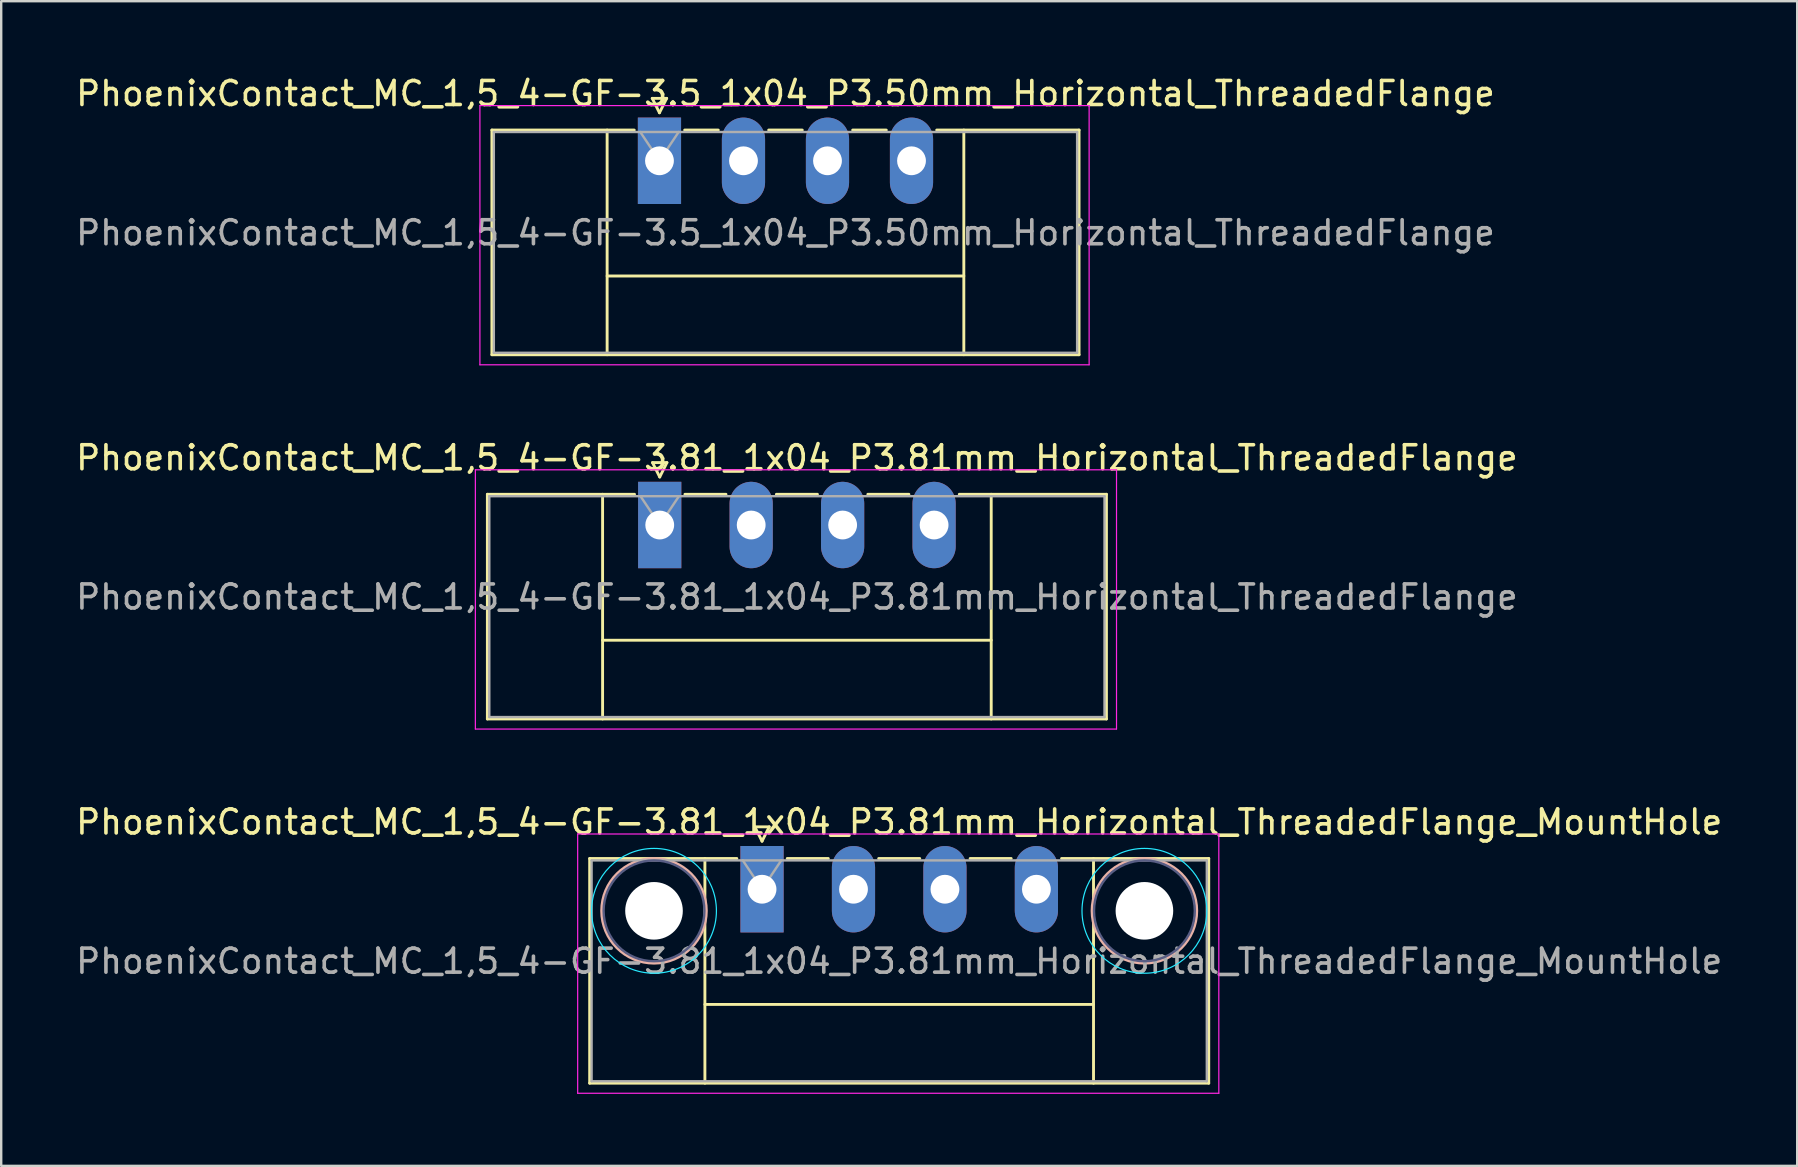
<source format=kicad_pcb>
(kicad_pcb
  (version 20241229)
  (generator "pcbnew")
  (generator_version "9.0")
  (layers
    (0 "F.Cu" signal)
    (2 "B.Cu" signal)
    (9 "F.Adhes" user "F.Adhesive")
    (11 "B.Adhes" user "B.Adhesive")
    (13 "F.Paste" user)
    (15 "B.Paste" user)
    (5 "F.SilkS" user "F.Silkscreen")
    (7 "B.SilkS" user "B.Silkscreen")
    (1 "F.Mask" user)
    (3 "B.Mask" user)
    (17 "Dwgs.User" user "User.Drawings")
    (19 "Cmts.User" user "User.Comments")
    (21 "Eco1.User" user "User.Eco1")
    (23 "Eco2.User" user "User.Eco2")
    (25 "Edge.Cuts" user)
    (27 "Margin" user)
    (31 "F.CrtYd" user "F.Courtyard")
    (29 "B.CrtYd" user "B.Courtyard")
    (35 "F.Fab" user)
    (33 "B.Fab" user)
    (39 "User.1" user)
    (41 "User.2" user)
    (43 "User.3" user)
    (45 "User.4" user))
  (footprint "PhoenixContact_MC_1,5_4-GF-3.81_1x04_P3.81mm_Horizontal_ThreadedFlange_MountHole"
    (layer "F.Cu")
    (at 28.696 33.995)
    (property "Reference" "PhoenixContact_MC_1,5_4-GF-3.81_1x04_P3.81mm_Horizontal_ThreadedFlange_MountHole" (at 5.715 -2.8 0) (layer "F.SilkS") (effects (font (size 1 1) (thickness 0.15))))
    (attr through_hole)
    (fp_line (start -7.18 -1.28) (end -7.18 8.08) (stroke (width 0.12) (type solid)) (layer "F.SilkS"))
    (fp_line (start -7.18 -1.28) (end -1.05 -1.28) (stroke (width 0.12) (type solid)) (layer "F.SilkS"))
    (fp_line (start -7.18 8.08) (end 18.61 8.08) (stroke (width 0.12) (type solid)) (layer "F.SilkS"))
    (fp_line (start -2.38 -1.28) (end -2.38 8.08) (stroke (width 0.12) (type solid)) (layer "F.SilkS"))
    (fp_line (start -2.38 4.8) (end 13.81 4.8) (stroke (width 0.12) (type solid)) (layer "F.SilkS"))
    (fp_line (start -0.3 -2.6) (end 0.3 -2.6) (stroke (width 0.12) (type solid)) (layer "F.SilkS"))
    (fp_line (start 0 -2) (end -0.3 -2.6) (stroke (width 0.12) (type solid)) (layer "F.SilkS"))
    (fp_line (start 0.3 -2.6) (end 0 -2) (stroke (width 0.12) (type solid)) (layer "F.SilkS"))
    (fp_line (start 1.05 -1.28) (end 2.76 -1.28) (stroke (width 0.12) (type solid)) (layer "F.SilkS"))
    (fp_line (start 4.86 -1.28) (end 6.57 -1.28) (stroke (width 0.12) (type solid)) (layer "F.SilkS"))
    (fp_line (start 8.67 -1.28) (end 10.38 -1.28) (stroke (width 0.12) (type solid)) (layer "F.SilkS"))
    (fp_line (start 13.81 -1.28) (end 13.81 8.08) (stroke (width 0.12) (type solid)) (layer "F.SilkS"))
    (fp_line (start 18.61 -1.28) (end 12.48 -1.28) (stroke (width 0.12) (type solid)) (layer "F.SilkS"))
    (fp_line (start 18.61 8.08) (end 18.61 -1.28) (stroke (width 0.12) (type solid)) (layer "F.SilkS"))
    (fp_circle (center -4.5 0.9) (end -2.32 0.9) (stroke (width 0.12) (type solid)) (fill no) (layer "B.SilkS"))
    (fp_circle (center 15.93 0.9) (end 18.11 0.9) (stroke (width 0.12) (type solid)) (fill no) (layer "B.SilkS"))
    (fp_circle (center -4.5 0.9) (end -1.9 0.9) (stroke (width 0.05) (type solid)) (fill no) (layer "B.CrtYd"))
    (fp_circle (center 15.93 0.9) (end 18.53 0.9) (stroke (width 0.05) (type solid)) (fill no) (layer "B.CrtYd"))
    (fp_line (start -7.68 -2.3) (end -7.68 8.5) (stroke (width 0.05) (type solid)) (layer "F.CrtYd"))
    (fp_line (start -7.68 8.5) (end 19.03 8.5) (stroke (width 0.05) (type solid)) (layer "F.CrtYd"))
    (fp_line (start 19.03 -2.3) (end -7.68 -2.3) (stroke (width 0.05) (type solid)) (layer "F.CrtYd"))
    (fp_line (start 19.03 8.5) (end 19.03 -2.3) (stroke (width 0.05) (type solid)) (layer "F.CrtYd"))
    (fp_circle (center -4.5 0.9) (end -2.4 0.9) (stroke (width 0.1) (type solid)) (fill no) (layer "B.Fab"))
    (fp_circle (center 15.93 0.9) (end 18.03 0.9) (stroke (width 0.1) (type solid)) (fill no) (layer "B.Fab"))
    (fp_line (start -7.1 -1.2) (end -7.1 8) (stroke (width 0.1) (type solid)) (layer "F.Fab"))
    (fp_line (start -7.1 8) (end 18.53 8) (stroke (width 0.1) (type solid)) (layer "F.Fab"))
    (fp_line (start 0 0) (end -0.8 -1.2) (stroke (width 0.1) (type solid)) (layer "F.Fab"))
    (fp_line (start 0.8 -1.2) (end 0 0) (stroke (width 0.1) (type solid)) (layer "F.Fab"))
    (fp_line (start 18.53 -1.2) (end -7.1 -1.2) (stroke (width 0.1) (type solid)) (layer "F.Fab"))
    (fp_line (start 18.53 8) (end 18.53 -1.2) (stroke (width 0.1) (type solid)) (layer "F.Fab"))
    (fp_text user "${REFERENCE}" (at 5.715 3 0) (layer "F.Fab") (effects (font (size 1 1) (thickness 0.15))))
    (pad "" np_thru_hole circle (at -4.5 0.9) (size 2.4 2.4) (drill 2.4) (layers "*.Cu" "*.Mask"))
    (pad "" np_thru_hole circle (at 15.93 0.9) (size 2.4 2.4) (drill 2.4) (layers "*.Cu" "*.Mask"))
    (pad "1" thru_hole rect (at 0 0) (size 1.8 3.6) (drill 1.2) (layers "*.Cu" "*.Mask"))
    (pad "2" thru_hole oval (at 3.81 0) (size 1.8 3.6) (drill 1.2) (layers "*.Cu" "*.Mask"))
    (pad "3" thru_hole oval (at 7.62 0) (size 1.8 3.6) (drill 1.2) (layers "*.Cu" "*.Mask"))
    (pad "4" thru_hole oval (at 11.43 0) (size 1.8 3.6) (drill 1.2) (layers "*.Cu" "*.Mask")))
  (footprint "PhoenixContact_MC_1,5_4-GF-3.81_1x04_P3.81mm_Horizontal_ThreadedFlange"
    (layer "F.Cu")
    (at 24.434 18.822)
    (property "Reference" "PhoenixContact_MC_1,5_4-GF-3.81_1x04_P3.81mm_Horizontal_ThreadedFlange" (at 5.715 -2.8 0) (layer "F.SilkS") (effects (font (size 1 1) (thickness 0.15))))
    (attr through_hole)
    (fp_line (start -7.18 -1.28) (end -7.18 8.08) (stroke (width 0.12) (type solid)) (layer "F.SilkS"))
    (fp_line (start -7.18 -1.28) (end -1.05 -1.28) (stroke (width 0.12) (type solid)) (layer "F.SilkS"))
    (fp_line (start -7.18 8.08) (end 18.61 8.08) (stroke (width 0.12) (type solid)) (layer "F.SilkS"))
    (fp_line (start -2.38 -1.28) (end -2.38 8.08) (stroke (width 0.12) (type solid)) (layer "F.SilkS"))
    (fp_line (start -2.38 4.8) (end 13.81 4.8) (stroke (width 0.12) (type solid)) (layer "F.SilkS"))
    (fp_line (start -0.3 -2.6) (end 0.3 -2.6) (stroke (width 0.12) (type solid)) (layer "F.SilkS"))
    (fp_line (start 0 -2) (end -0.3 -2.6) (stroke (width 0.12) (type solid)) (layer "F.SilkS"))
    (fp_line (start 0.3 -2.6) (end 0 -2) (stroke (width 0.12) (type solid)) (layer "F.SilkS"))
    (fp_line (start 1.05 -1.28) (end 2.76 -1.28) (stroke (width 0.12) (type solid)) (layer "F.SilkS"))
    (fp_line (start 4.86 -1.28) (end 6.57 -1.28) (stroke (width 0.12) (type solid)) (layer "F.SilkS"))
    (fp_line (start 8.67 -1.28) (end 10.38 -1.28) (stroke (width 0.12) (type solid)) (layer "F.SilkS"))
    (fp_line (start 13.81 -1.28) (end 13.81 8.08) (stroke (width 0.12) (type solid)) (layer "F.SilkS"))
    (fp_line (start 18.61 -1.28) (end 12.48 -1.28) (stroke (width 0.12) (type solid)) (layer "F.SilkS"))
    (fp_line (start 18.61 8.08) (end 18.61 -1.28) (stroke (width 0.12) (type solid)) (layer "F.SilkS"))
    (fp_line (start -7.68 -2.3) (end -7.68 8.5) (stroke (width 0.05) (type solid)) (layer "F.CrtYd"))
    (fp_line (start -7.68 8.5) (end 19.03 8.5) (stroke (width 0.05) (type solid)) (layer "F.CrtYd"))
    (fp_line (start 19.03 -2.3) (end -7.68 -2.3) (stroke (width 0.05) (type solid)) (layer "F.CrtYd"))
    (fp_line (start 19.03 8.5) (end 19.03 -2.3) (stroke (width 0.05) (type solid)) (layer "F.CrtYd"))
    (fp_line (start -7.1 -1.2) (end -7.1 8) (stroke (width 0.1) (type solid)) (layer "F.Fab"))
    (fp_line (start -7.1 8) (end 18.53 8) (stroke (width 0.1) (type solid)) (layer "F.Fab"))
    (fp_line (start 0 0) (end -0.8 -1.2) (stroke (width 0.1) (type solid)) (layer "F.Fab"))
    (fp_line (start 0.8 -1.2) (end 0 0) (stroke (width 0.1) (type solid)) (layer "F.Fab"))
    (fp_line (start 18.53 -1.2) (end -7.1 -1.2) (stroke (width 0.1) (type solid)) (layer "F.Fab"))
    (fp_line (start 18.53 8) (end 18.53 -1.2) (stroke (width 0.1) (type solid)) (layer "F.Fab"))
    (fp_text user "${REFERENCE}" (at 5.715 3 0) (layer "F.Fab") (effects (font (size 1 1) (thickness 0.15))))
    (pad "1" thru_hole rect (at 0 0) (size 1.8 3.6) (drill 1.2) (layers "*.Cu" "*.Mask"))
    (pad "2" thru_hole oval (at 3.81 0) (size 1.8 3.6) (drill 1.2) (layers "*.Cu" "*.Mask"))
    (pad "3" thru_hole oval (at 7.62 0) (size 1.8 3.6) (drill 1.2) (layers "*.Cu" "*.Mask"))
    (pad "4" thru_hole oval (at 11.43 0) (size 1.8 3.6) (drill 1.2) (layers "*.Cu" "*.Mask")))
  (footprint "PhoenixContact_MC_1,5_4-GF-3.5_1x04_P3.50mm_Horizontal_ThreadedFlange"
    (layer "F.Cu")
    (at 24.423 3.648)
    (property "Reference" "PhoenixContact_MC_1,5_4-GF-3.5_1x04_P3.50mm_Horizontal_ThreadedFlange" (at 5.25 -2.8 0) (layer "F.SilkS") (effects (font (size 1 1) (thickness 0.15))))
    (attr through_hole)
    (fp_line (start -6.98 -1.28) (end -6.98 8.08) (stroke (width 0.12) (type solid)) (layer "F.SilkS"))
    (fp_line (start -6.98 -1.28) (end -1.05 -1.28) (stroke (width 0.12) (type solid)) (layer "F.SilkS"))
    (fp_line (start -6.98 8.08) (end 17.48 8.08) (stroke (width 0.12) (type solid)) (layer "F.SilkS"))
    (fp_line (start -2.18 -1.28) (end -2.18 8.08) (stroke (width 0.12) (type solid)) (layer "F.SilkS"))
    (fp_line (start -2.18 4.8) (end 12.68 4.8) (stroke (width 0.12) (type solid)) (layer "F.SilkS"))
    (fp_line (start -0.3 -2.6) (end 0.3 -2.6) (stroke (width 0.12) (type solid)) (layer "F.SilkS"))
    (fp_line (start 0 -2) (end -0.3 -2.6) (stroke (width 0.12) (type solid)) (layer "F.SilkS"))
    (fp_line (start 0.3 -2.6) (end 0 -2) (stroke (width 0.12) (type solid)) (layer "F.SilkS"))
    (fp_line (start 1.05 -1.28) (end 2.45 -1.28) (stroke (width 0.12) (type solid)) (layer "F.SilkS"))
    (fp_line (start 4.55 -1.28) (end 5.95 -1.28) (stroke (width 0.12) (type solid)) (layer "F.SilkS"))
    (fp_line (start 8.05 -1.28) (end 9.45 -1.28) (stroke (width 0.12) (type solid)) (layer "F.SilkS"))
    (fp_line (start 12.68 -1.28) (end 12.68 8.08) (stroke (width 0.12) (type solid)) (layer "F.SilkS"))
    (fp_line (start 17.48 -1.28) (end 11.55 -1.28) (stroke (width 0.12) (type solid)) (layer "F.SilkS"))
    (fp_line (start 17.48 8.08) (end 17.48 -1.28) (stroke (width 0.12) (type solid)) (layer "F.SilkS"))
    (fp_line (start -7.48 -2.3) (end -7.48 8.5) (stroke (width 0.05) (type solid)) (layer "F.CrtYd"))
    (fp_line (start -7.48 8.5) (end 17.9 8.5) (stroke (width 0.05) (type solid)) (layer "F.CrtYd"))
    (fp_line (start 17.9 -2.3) (end -7.48 -2.3) (stroke (width 0.05) (type solid)) (layer "F.CrtYd"))
    (fp_line (start 17.9 8.5) (end 17.9 -2.3) (stroke (width 0.05) (type solid)) (layer "F.CrtYd"))
    (fp_line (start -6.9 -1.2) (end -6.9 8) (stroke (width 0.1) (type solid)) (layer "F.Fab"))
    (fp_line (start -6.9 8) (end 17.4 8) (stroke (width 0.1) (type solid)) (layer "F.Fab"))
    (fp_line (start 0 0) (end -0.8 -1.2) (stroke (width 0.1) (type solid)) (layer "F.Fab"))
    (fp_line (start 0.8 -1.2) (end 0 0) (stroke (width 0.1) (type solid)) (layer "F.Fab"))
    (fp_line (start 17.4 -1.2) (end -6.9 -1.2) (stroke (width 0.1) (type solid)) (layer "F.Fab"))
    (fp_line (start 17.4 8) (end 17.4 -1.2) (stroke (width 0.1) (type solid)) (layer "F.Fab"))
    (fp_text user "${REFERENCE}" (at 5.25 3 0) (layer "F.Fab") (effects (font (size 1 1) (thickness 0.15))))
    (pad "1" thru_hole rect (at 0 0) (size 1.8 3.6) (drill 1.2) (layers "*.Cu" "*.Mask"))
    (pad "2" thru_hole oval (at 3.5 0) (size 1.8 3.6) (drill 1.2) (layers "*.Cu" "*.Mask"))
    (pad "3" thru_hole oval (at 7 0) (size 1.8 3.6) (drill 1.2) (layers "*.Cu" "*.Mask"))
    (pad "4" thru_hole oval (at 10.5 0) (size 1.8 3.6) (drill 1.2) (layers "*.Cu" "*.Mask")))
  (gr_rect
    (start -3 -3)
    (end 71.821 45.52)
    (stroke (width 0.1) (type default))
    (fill no)
    (layer "Edge.Cuts")))
</source>
